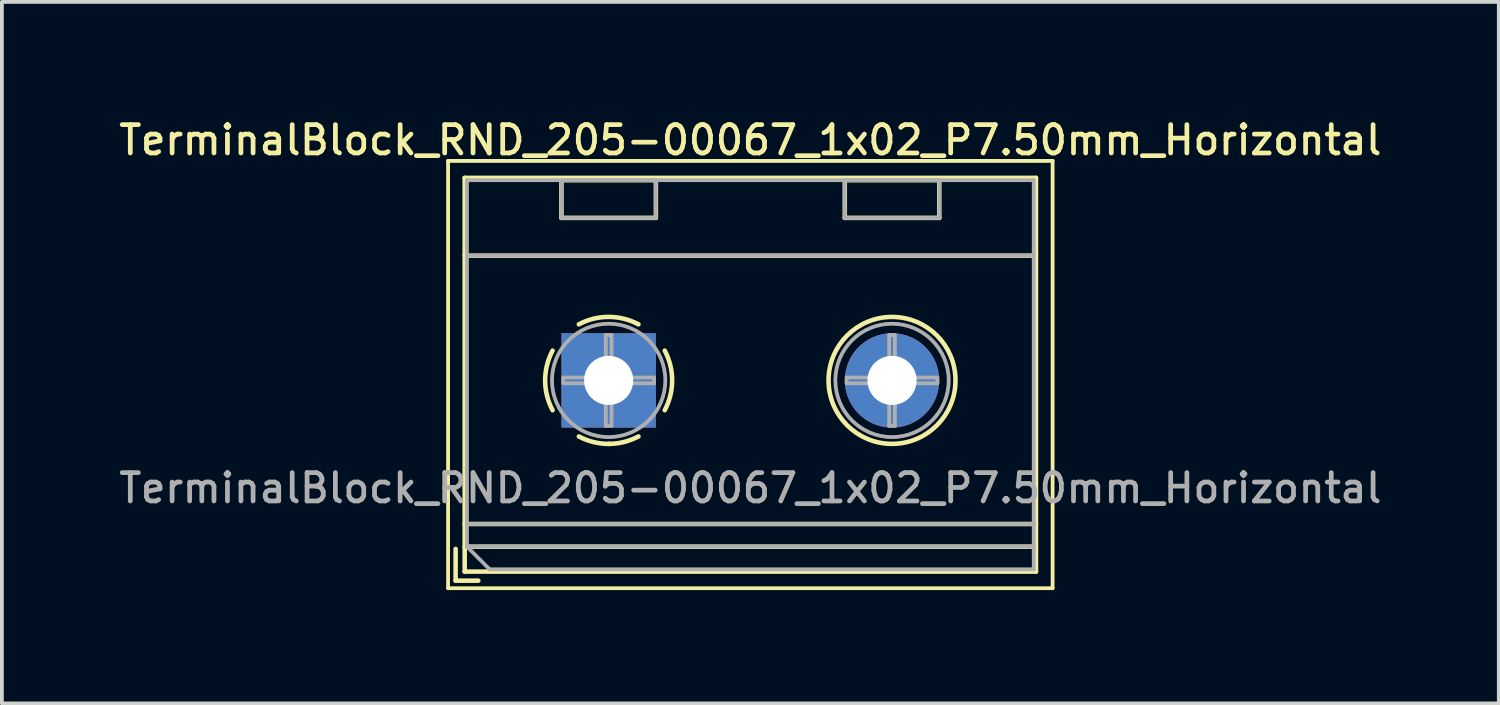
<source format=kicad_pcb>
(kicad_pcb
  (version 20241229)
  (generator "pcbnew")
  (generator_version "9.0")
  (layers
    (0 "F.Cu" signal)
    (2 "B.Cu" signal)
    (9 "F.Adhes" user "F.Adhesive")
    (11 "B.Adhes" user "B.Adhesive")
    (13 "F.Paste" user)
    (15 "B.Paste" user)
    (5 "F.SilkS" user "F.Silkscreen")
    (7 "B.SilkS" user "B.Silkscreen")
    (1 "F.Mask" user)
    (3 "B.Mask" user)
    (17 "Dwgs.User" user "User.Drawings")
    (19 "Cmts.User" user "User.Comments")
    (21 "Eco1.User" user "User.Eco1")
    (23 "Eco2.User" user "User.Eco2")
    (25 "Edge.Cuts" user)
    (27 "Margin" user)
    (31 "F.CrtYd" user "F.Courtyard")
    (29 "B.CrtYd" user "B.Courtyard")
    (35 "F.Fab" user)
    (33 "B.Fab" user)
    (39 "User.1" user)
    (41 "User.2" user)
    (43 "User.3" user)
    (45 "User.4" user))
  (footprint "TerminalBlock_RND_205-00067_1x02_P7.50mm_Horizontal"
    (layer "F.Cu")
    (at 13.059 7.018)
    (property "Reference" "TerminalBlock_RND_205-00067_1x02_P7.50mm_Horizontal" (at 3.75 -6.36 0) (layer "F.SilkS") (effects (font (size 0.75 0.75) (thickness 0.125))))
    (attr through_hole)
    (fp_line (start -4.25 -5.81) (end -4.25 5.5) (stroke (width 0.1) (type solid)) (layer "F.SilkS"))
    (fp_line (start -4.25 5.5) (end 11.75 5.5) (stroke (width 0.1) (type solid)) (layer "F.SilkS"))
    (fp_line (start -4.05 4.46) (end -4.05 5.3) (stroke (width 0.12) (type solid)) (layer "F.SilkS"))
    (fp_line (start -4.05 5.3) (end -3.45 5.3) (stroke (width 0.12) (type solid)) (layer "F.SilkS"))
    (fp_line (start -3.81 -5.36) (end -3.81 5.06) (stroke (width 0.12) (type solid)) (layer "F.SilkS"))
    (fp_line (start -3.81 -5.36) (end 11.31 -5.36) (stroke (width 0.12) (type solid)) (layer "F.SilkS"))
    (fp_line (start -3.81 -3.301) (end 11.31 -3.301) (stroke (width 0.12) (type solid)) (layer "F.SilkS"))
    (fp_line (start -3.81 3.8) (end 11.31 3.8) (stroke (width 0.12) (type solid)) (layer "F.SilkS"))
    (fp_line (start -3.81 4.4) (end 11.31 4.4) (stroke (width 0.12) (type solid)) (layer "F.SilkS"))
    (fp_line (start -3.81 5.06) (end 11.31 5.06) (stroke (width 0.12) (type solid)) (layer "F.SilkS"))
    (fp_line (start -1.25 -5.301) (end -1.25 -4.301) (stroke (width 0.12) (type solid)) (layer "F.SilkS"))
    (fp_line (start -1.25 -5.301) (end 1.25 -5.301) (stroke (width 0.12) (type solid)) (layer "F.SilkS"))
    (fp_line (start -1.25 -4.301) (end 1.25 -4.301) (stroke (width 0.12) (type solid)) (layer "F.SilkS"))
    (fp_line (start 1.25 -5.301) (end 1.25 -4.301) (stroke (width 0.12) (type solid)) (layer "F.SilkS"))
    (fp_line (start 6.25 -5.301) (end 6.25 -4.301) (stroke (width 0.12) (type solid)) (layer "F.SilkS"))
    (fp_line (start 6.25 -5.301) (end 8.75 -5.301) (stroke (width 0.12) (type solid)) (layer "F.SilkS"))
    (fp_line (start 6.25 -4.301) (end 8.75 -4.301) (stroke (width 0.12) (type solid)) (layer "F.SilkS"))
    (fp_line (start 8.75 -5.301) (end 8.75 -4.301) (stroke (width 0.12) (type solid)) (layer "F.SilkS"))
    (fp_line (start 11.31 -5.36) (end 11.31 5.06) (stroke (width 0.12) (type solid)) (layer "F.SilkS"))
    (fp_line (start 11.75 -5.81) (end -4.25 -5.81) (stroke (width 0.1) (type solid)) (layer "F.SilkS"))
    (fp_line (start 11.75 5.5) (end 11.75 -5.81) (stroke (width 0.1) (type solid)) (layer "F.SilkS"))
    (fp_arc (start -1.483953 0.789089) (mid -1.680708 0.00005) (end -1.484 -0.789) (stroke (width 0.12) (type solid)) (layer "F.SilkS"))
    (fp_arc (start -0.789089 -1.483953) (mid -0.00005 -1.680708) (end 0.789 -1.484) (stroke (width 0.12) (type solid)) (layer "F.SilkS"))
    (fp_arc (start 0.029383 1.68045) (mid -0.392304 1.634281) (end -0.789 1.484) (stroke (width 0.12) (type solid)) (layer "F.SilkS"))
    (fp_arc (start 0.788712 1.483352) (mid 0.406429 1.630097) (end 0 1.68) (stroke (width 0.12) (type solid)) (layer "F.SilkS"))
    (fp_arc (start 1.483953 -0.789089) (mid 1.680708 -0.00005) (end 1.484 0.789) (stroke (width 0.12) (type solid)) (layer "F.SilkS"))
    (fp_circle (center 7.5 0) (end 9.18 0) (stroke (width 0.12) (type solid)) (fill no) (layer "F.SilkS"))
    (fp_line (start -3.75 -5.3) (end 11.25 -5.3) (stroke (width 0.1) (type solid)) (layer "F.Fab"))
    (fp_line (start -3.75 -3.3) (end 11.25 -3.3) (stroke (width 0.1) (type solid)) (layer "F.Fab"))
    (fp_line (start -3.75 3.8) (end 11.25 3.8) (stroke (width 0.1) (type solid)) (layer "F.Fab"))
    (fp_line (start -3.75 4.4) (end -3.75 -5.3) (stroke (width 0.1) (type solid)) (layer "F.Fab"))
    (fp_line (start -3.75 4.4) (end 11.25 4.4) (stroke (width 0.1) (type solid)) (layer "F.Fab"))
    (fp_line (start -3.15 5) (end -3.75 4.4) (stroke (width 0.1) (type solid)) (layer "F.Fab"))
    (fp_line (start -1.25 -5.3) (end -1.25 -4.3) (stroke (width 0.1) (type solid)) (layer "F.Fab"))
    (fp_line (start -1.25 -4.3) (end 1.25 -4.3) (stroke (width 0.1) (type solid)) (layer "F.Fab"))
    (fp_line (start -1.201 -0.076) (end -0.076 -0.076) (stroke (width 0.1) (type solid)) (layer "F.Fab"))
    (fp_line (start -1.201 0.076) (end -1.201 -0.076) (stroke (width 0.1) (type solid)) (layer "F.Fab"))
    (fp_line (start -0.076 -1.201) (end 0.076 -1.201) (stroke (width 0.1) (type solid)) (layer "F.Fab"))
    (fp_line (start -0.076 -0.076) (end -0.076 -1.201) (stroke (width 0.1) (type solid)) (layer "F.Fab"))
    (fp_line (start -0.076 0.076) (end -1.201 0.076) (stroke (width 0.1) (type solid)) (layer "F.Fab"))
    (fp_line (start -0.076 1.201) (end -0.076 0.076) (stroke (width 0.1) (type solid)) (layer "F.Fab"))
    (fp_line (start 0.076 -1.201) (end 0.076 -0.076) (stroke (width 0.1) (type solid)) (layer "F.Fab"))
    (fp_line (start 0.076 -0.076) (end 1.201 -0.076) (stroke (width 0.1) (type solid)) (layer "F.Fab"))
    (fp_line (start 0.076 0.076) (end 0.076 1.201) (stroke (width 0.1) (type solid)) (layer "F.Fab"))
    (fp_line (start 0.076 1.201) (end -0.076 1.201) (stroke (width 0.1) (type solid)) (layer "F.Fab"))
    (fp_line (start 1.201 -0.076) (end 1.201 0.076) (stroke (width 0.1) (type solid)) (layer "F.Fab"))
    (fp_line (start 1.201 0.076) (end 0.076 0.076) (stroke (width 0.1) (type solid)) (layer "F.Fab"))
    (fp_line (start 1.25 -5.3) (end -1.25 -5.3) (stroke (width 0.1) (type solid)) (layer "F.Fab"))
    (fp_line (start 1.25 -4.3) (end 1.25 -5.3) (stroke (width 0.1) (type solid)) (layer "F.Fab"))
    (fp_line (start 6.25 -5.3) (end 6.25 -4.3) (stroke (width 0.1) (type solid)) (layer "F.Fab"))
    (fp_line (start 6.25 -4.3) (end 8.75 -4.3) (stroke (width 0.1) (type solid)) (layer "F.Fab"))
    (fp_line (start 6.299 -0.076) (end 7.424 -0.076) (stroke (width 0.1) (type solid)) (layer "F.Fab"))
    (fp_line (start 6.299 0.076) (end 6.299 -0.076) (stroke (width 0.1) (type solid)) (layer "F.Fab"))
    (fp_line (start 7.424 -1.201) (end 7.576 -1.201) (stroke (width 0.1) (type solid)) (layer "F.Fab"))
    (fp_line (start 7.424 -0.076) (end 7.424 -1.201) (stroke (width 0.1) (type solid)) (layer "F.Fab"))
    (fp_line (start 7.424 0.076) (end 6.299 0.076) (stroke (width 0.1) (type solid)) (layer "F.Fab"))
    (fp_line (start 7.424 1.201) (end 7.424 0.076) (stroke (width 0.1) (type solid)) (layer "F.Fab"))
    (fp_line (start 7.576 -1.201) (end 7.576 -0.076) (stroke (width 0.1) (type solid)) (layer "F.Fab"))
    (fp_line (start 7.576 -0.076) (end 8.701 -0.076) (stroke (width 0.1) (type solid)) (layer "F.Fab"))
    (fp_line (start 7.576 0.076) (end 7.576 1.201) (stroke (width 0.1) (type solid)) (layer "F.Fab"))
    (fp_line (start 7.576 1.201) (end 7.424 1.201) (stroke (width 0.1) (type solid)) (layer "F.Fab"))
    (fp_line (start 8.701 -0.076) (end 8.701 0.076) (stroke (width 0.1) (type solid)) (layer "F.Fab"))
    (fp_line (start 8.701 0.076) (end 7.576 0.076) (stroke (width 0.1) (type solid)) (layer "F.Fab"))
    (fp_line (start 8.75 -5.3) (end 6.25 -5.3) (stroke (width 0.1) (type solid)) (layer "F.Fab"))
    (fp_line (start 8.75 -4.3) (end 8.75 -5.3) (stroke (width 0.1) (type solid)) (layer "F.Fab"))
    (fp_line (start 11.25 -5.3) (end 11.25 5) (stroke (width 0.1) (type solid)) (layer "F.Fab"))
    (fp_line (start 11.25 5) (end -3.15 5) (stroke (width 0.1) (type solid)) (layer "F.Fab"))
    (fp_circle (center 0 0) (end 1.5 0) (stroke (width 0.1) (type solid)) (fill no) (layer "F.Fab"))
    (fp_circle (center 7.5 0) (end 9 0) (stroke (width 0.1) (type solid)) (fill no) (layer "F.Fab"))
    (fp_text user "${REFERENCE}" (at 3.75 2.85 0) (layer "F.Fab") (effects (font (size 0.75 0.75) (thickness 0.125))))
    (pad "1" thru_hole rect (at 0 0) (size 2.5 2.5) (drill 1.3) (layers "*.Cu" "*.Mask"))
    (pad "2" thru_hole circle (at 7.5 0) (size 2.5 2.5) (drill 1.3) (layers "*.Cu" "*.Mask")))
  (gr_rect
    (start -3 -3)
    (end 36.618 15.568)
    (stroke (width 0.1) (type default))
    (fill no)
    (layer "Edge.Cuts")))
</source>
